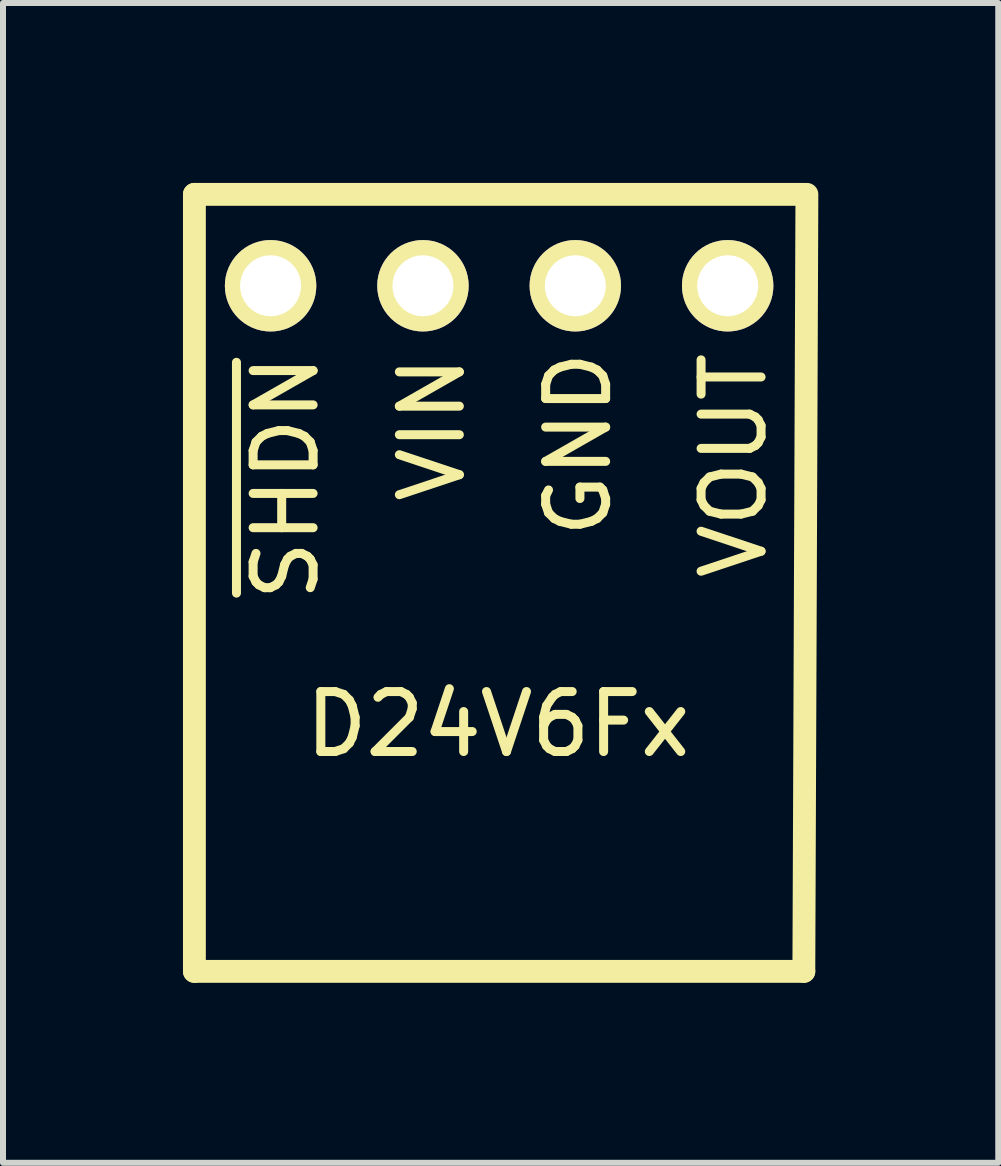
<source format=kicad_pcb>
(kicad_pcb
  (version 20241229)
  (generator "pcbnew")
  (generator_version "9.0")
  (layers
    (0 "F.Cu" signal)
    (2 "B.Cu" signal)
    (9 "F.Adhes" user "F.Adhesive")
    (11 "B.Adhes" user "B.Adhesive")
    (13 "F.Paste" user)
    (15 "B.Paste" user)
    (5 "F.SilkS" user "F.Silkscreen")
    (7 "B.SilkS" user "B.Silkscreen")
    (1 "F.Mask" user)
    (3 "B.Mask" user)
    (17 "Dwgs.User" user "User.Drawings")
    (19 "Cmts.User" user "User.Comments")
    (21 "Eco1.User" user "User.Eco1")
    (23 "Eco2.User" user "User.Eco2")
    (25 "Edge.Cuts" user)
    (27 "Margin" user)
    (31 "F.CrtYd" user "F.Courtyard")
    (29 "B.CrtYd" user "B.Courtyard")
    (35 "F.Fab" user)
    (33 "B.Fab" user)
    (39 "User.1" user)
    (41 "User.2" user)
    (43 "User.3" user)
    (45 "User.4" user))
  (footprint "D24V6Fx"
    (layer "F.Cu")
    (at 5.271 1.714)
    (property "Reference" "D24V6Fx" (at -0.02 7.31 0) (layer "F.SilkS") (effects (font (size 1 1) (thickness 0.15))))
    (fp_line (start -5.08 -1.524) (end -5.08 11.43) (stroke (width 0.381) (type solid)) (layer "F.SilkS"))
    (fp_line (start -5.08 -1.524) (end 5.08 -1.524) (stroke (width 0.381) (type solid)) (layer "F.SilkS"))
    (fp_line (start -5.08 11.43) (end 5.08 11.43) (stroke (width 0.381) (type solid)) (layer "F.SilkS"))
    (fp_line (start 5.131 -1.524) (end 5.08 11.43) (stroke (width 0.381) (type solid)) (layer "F.SilkS"))
    (fp_text user "~{SHDN}" (at -3.556 3.2 90) (layer "F.SilkS") (effects (font (size 1 1) (thickness 0.15))))
    (fp_text user "VOUT" (at 3.912 2.997 90) (layer "F.SilkS") (effects (font (size 1 1) (thickness 0.15))))
    (fp_text user "VIN" (at -1.118 2.388 90) (layer "F.SilkS") (effects (font (size 1 1) (thickness 0.15))))
    (fp_text user "GND" (at 1.321 2.642 90) (layer "F.SilkS") (effects (font (size 1 1) (thickness 0.15))))
    (pad "1" thru_hole circle (at -3.81 0) (size 1.524 1.524) (drill 1.016) (layers "*.Cu" "*.Mask" "F.SilkS"))
    (pad "2" thru_hole circle (at -1.27 0) (size 1.524 1.524) (drill 1.016) (layers "*.Cu" "*.Mask" "F.SilkS"))
    (pad "3" thru_hole circle (at 1.27 0) (size 1.524 1.524) (drill 1.016) (layers "*.Cu" "*.Mask" "F.SilkS"))
    (pad "4" thru_hole circle (at 3.81 0) (size 1.524 1.524) (drill 1.016) (layers "*.Cu" "*.Mask" "F.SilkS")))
  (gr_rect
    (start -3 -3)
    (end 13.592 16.335)
    (stroke (width 0.1) (type default))
    (fill no)
    (layer "Edge.Cuts")))
</source>
